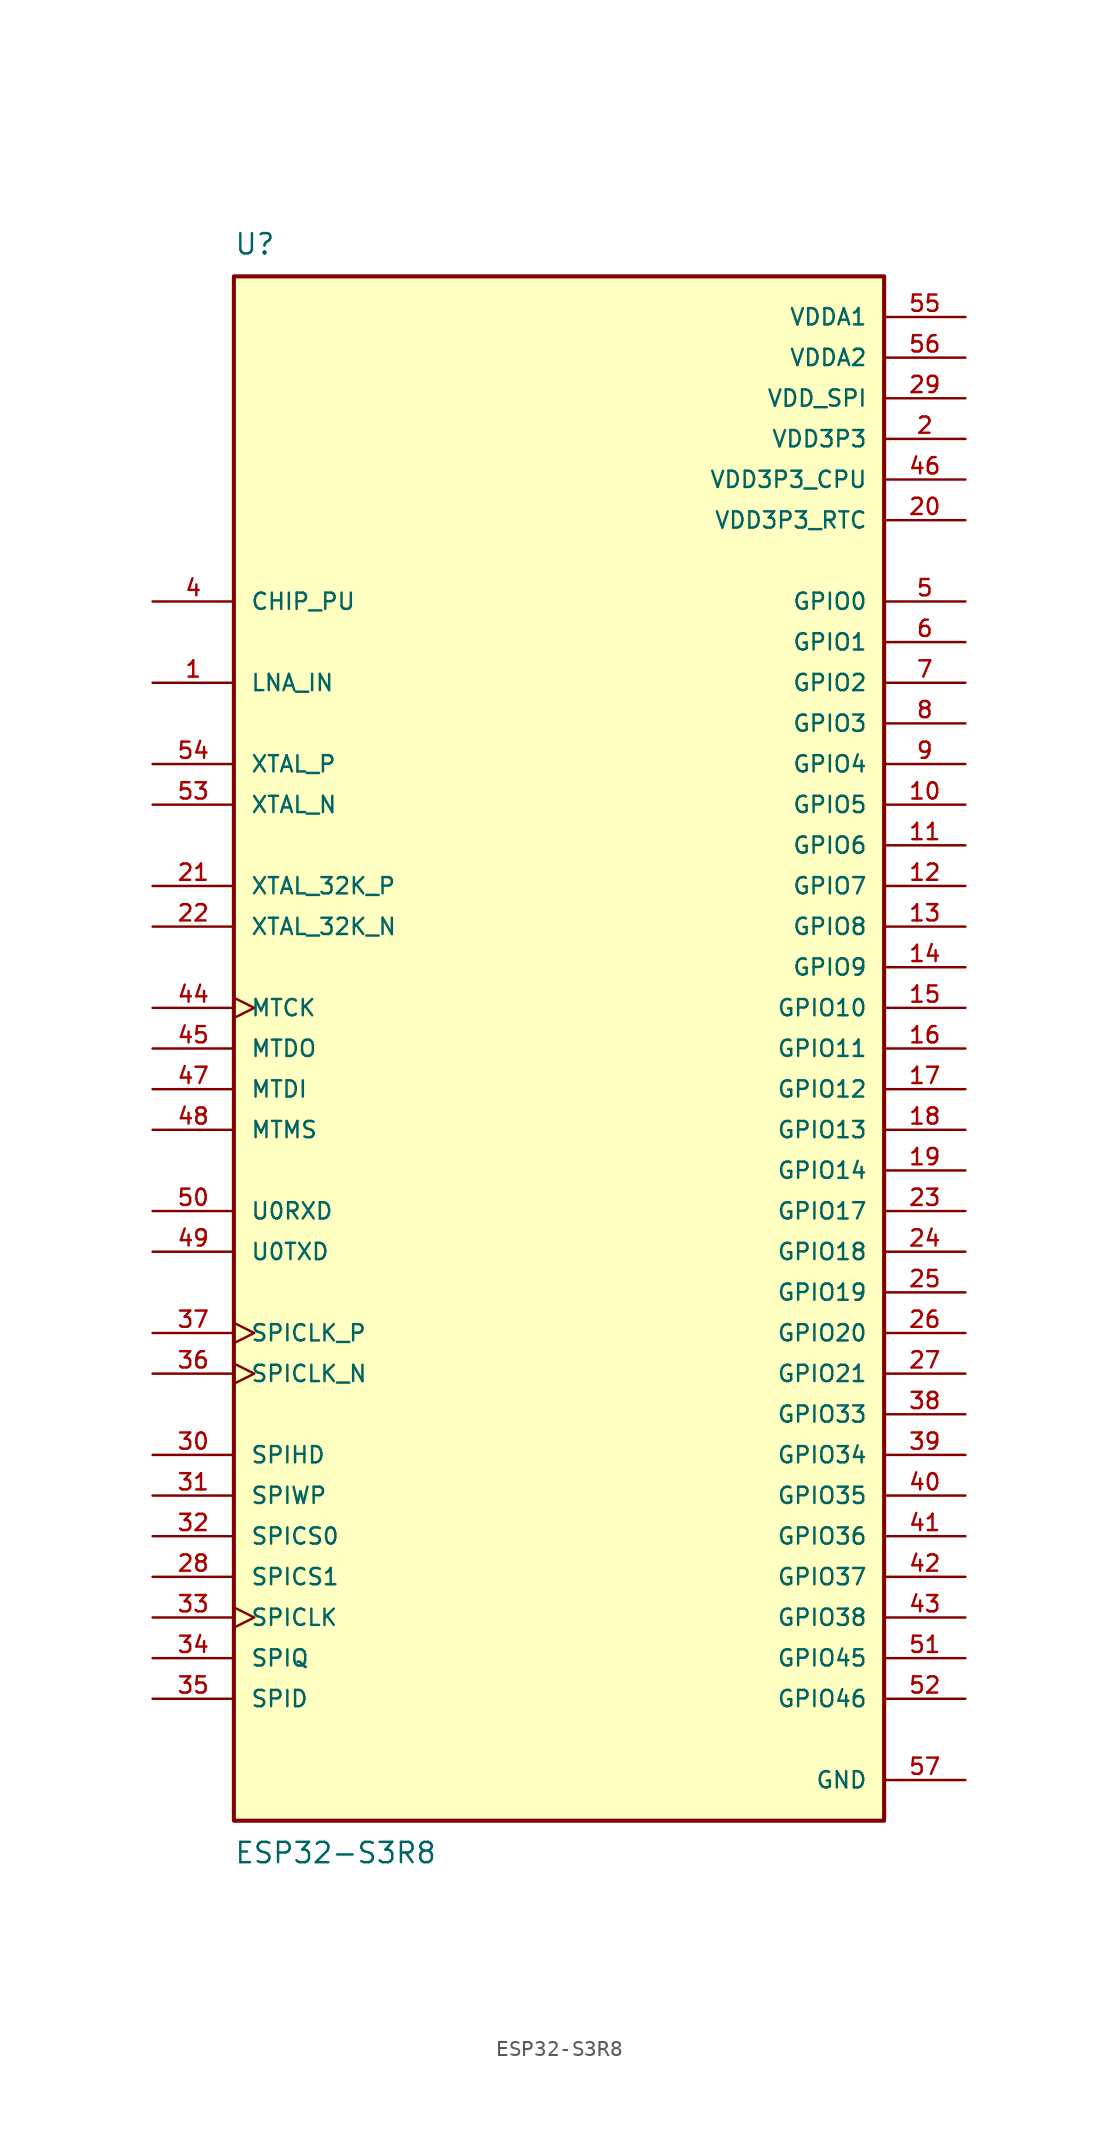
<source format=kicad_sym>
(kicad_symbol_lib
  (version 20211014)
  (generator kicad_symbol_editor)
  (symbol "ESP32-S3R8"
    (pin_names
      (offset 1.016))
    (property "Reference" "U"
      (at -20.32 49.53 0)
      (effects (font (size 1.27 1.27)) (justify bottom left)))
    (property "Value" "ESP32-S3R8"
      (at -20.32 -49.53 0)
      (effects (font (size 1.27 1.27)) (justify top left)))
    (symbol "ESP32-S3R8_0_0"
      (rectangle (start -20.32 -48.26) (end 20.32 48.26) (stroke (width 0.254)) (fill (type background)))
      (pin power_in line (at 25.4 40.64 180.0) (length 5.08) (name "VDD_SPI" (effects (font (size 1.016 1.016)))) (number "29" (effects (font (size 1.016 1.016)))))
      (pin power_in line (at 25.4 38.1 180.0) (length 5.08) (name "VDD3P3" (effects (font (size 1.016 1.016)))) (number "2" (effects (font (size 1.016 1.016)))))
      (pin power_in line (at 25.4 38.1 180.0) (length 5.08) hide (name "VDD3P3" (effects (font (size 1.016 1.016)))) (number "3" (effects (font (size 1.016 1.016)))))
      (pin power_in line (at 25.4 35.56 180.0) (length 5.08) (name "VDD3P3_CPU" (effects (font (size 1.016 1.016)))) (number "46" (effects (font (size 1.016 1.016)))))
      (pin power_in line (at 25.4 33.02 180.0) (length 5.08) (name "VDD3P3_RTC" (effects (font (size 1.016 1.016)))) (number "20" (effects (font (size 1.016 1.016)))))
      (pin power_in line (at 25.4 45.72 180.0) (length 5.08) (name "VDDA1" (effects (font (size 1.016 1.016)))) (number "55" (effects (font (size 1.016 1.016)))))
      (pin power_in line (at 25.4 43.18 180.0) (length 5.08) (name "VDDA2" (effects (font (size 1.016 1.016)))) (number "56" (effects (font (size 1.016 1.016)))))
      (pin input line (at -25.4 27.94 0) (length 5.08) (name "CHIP_PU" (effects (font (size 1.016 1.016)))) (number "4" (effects (font (size 1.016 1.016)))))
      (pin input line (at -25.4 17.78 0) (length 5.08) (name "XTAL_P" (effects (font (size 1.016 1.016)))) (number "54" (effects (font (size 1.016 1.016)))))
      (pin bidirectional line (at 25.4 27.94 180.0) (length 5.08) (name "GPIO0" (effects (font (size 1.016 1.016)))) (number "5" (effects (font (size 1.016 1.016)))))
      (pin bidirectional line (at 25.4 25.4 180.0) (length 5.08) (name "GPIO1" (effects (font (size 1.016 1.016)))) (number "6" (effects (font (size 1.016 1.016)))))
      (pin bidirectional line (at 25.4 2.54 180.0) (length 5.08) (name "GPIO10" (effects (font (size 1.016 1.016)))) (number "15" (effects (font (size 1.016 1.016)))))
      (pin bidirectional line (at 25.4 0.0 180.0) (length 5.08) (name "GPIO11" (effects (font (size 1.016 1.016)))) (number "16" (effects (font (size 1.016 1.016)))))
      (pin bidirectional line (at 25.4 -2.54 180.0) (length 5.08) (name "GPIO12" (effects (font (size 1.016 1.016)))) (number "17" (effects (font (size 1.016 1.016)))))
      (pin bidirectional line (at 25.4 -5.08 180.0) (length 5.08) (name "GPIO13" (effects (font (size 1.016 1.016)))) (number "18" (effects (font (size 1.016 1.016)))))
      (pin bidirectional line (at 25.4 -7.62 180.0) (length 5.08) (name "GPIO14" (effects (font (size 1.016 1.016)))) (number "19" (effects (font (size 1.016 1.016)))))
      (pin bidirectional line (at 25.4 -10.16 180.0) (length 5.08) (name "GPIO17" (effects (font (size 1.016 1.016)))) (number "23" (effects (font (size 1.016 1.016)))))
      (pin bidirectional line (at 25.4 -12.7 180.0) (length 5.08) (name "GPIO18" (effects (font (size 1.016 1.016)))) (number "24" (effects (font (size 1.016 1.016)))))
      (pin bidirectional line (at 25.4 -15.24 180.0) (length 5.08) (name "GPIO19" (effects (font (size 1.016 1.016)))) (number "25" (effects (font (size 1.016 1.016)))))
      (pin bidirectional line (at 25.4 22.86 180.0) (length 5.08) (name "GPIO2" (effects (font (size 1.016 1.016)))) (number "7" (effects (font (size 1.016 1.016)))))
      (pin bidirectional line (at 25.4 -17.78 180.0) (length 5.08) (name "GPIO20" (effects (font (size 1.016 1.016)))) (number "26" (effects (font (size 1.016 1.016)))))
      (pin bidirectional line (at 25.4 -20.32 180.0) (length 5.08) (name "GPIO21" (effects (font (size 1.016 1.016)))) (number "27" (effects (font (size 1.016 1.016)))))
      (pin bidirectional line (at 25.4 20.32 180.0) (length 5.08) (name "GPIO3" (effects (font (size 1.016 1.016)))) (number "8" (effects (font (size 1.016 1.016)))))
      (pin bidirectional line (at 25.4 -22.86 180.0) (length 5.08) (name "GPIO33" (effects (font (size 1.016 1.016)))) (number "38" (effects (font (size 1.016 1.016)))))
      (pin bidirectional line (at 25.4 -25.4 180.0) (length 5.08) (name "GPIO34" (effects (font (size 1.016 1.016)))) (number "39" (effects (font (size 1.016 1.016)))))
      (pin bidirectional line (at 25.4 -27.94 180.0) (length 5.08) (name "GPIO35" (effects (font (size 1.016 1.016)))) (number "40" (effects (font (size 1.016 1.016)))))
      (pin bidirectional line (at 25.4 -30.48 180.0) (length 5.08) (name "GPIO36" (effects (font (size 1.016 1.016)))) (number "41" (effects (font (size 1.016 1.016)))))
      (pin bidirectional line (at 25.4 -33.02 180.0) (length 5.08) (name "GPIO37" (effects (font (size 1.016 1.016)))) (number "42" (effects (font (size 1.016 1.016)))))
      (pin bidirectional line (at 25.4 -35.56 180.0) (length 5.08) (name "GPIO38" (effects (font (size 1.016 1.016)))) (number "43" (effects (font (size 1.016 1.016)))))
      (pin bidirectional line (at 25.4 17.78 180.0) (length 5.08) (name "GPIO4" (effects (font (size 1.016 1.016)))) (number "9" (effects (font (size 1.016 1.016)))))
      (pin bidirectional line (at 25.4 -38.1 180.0) (length 5.08) (name "GPIO45" (effects (font (size 1.016 1.016)))) (number "51" (effects (font (size 1.016 1.016)))))
      (pin bidirectional line (at 25.4 -40.64 180.0) (length 5.08) (name "GPIO46" (effects (font (size 1.016 1.016)))) (number "52" (effects (font (size 1.016 1.016)))))
      (pin output line (at -25.4 15.24 0) (length 5.08) (name "XTAL_N" (effects (font (size 1.016 1.016)))) (number "53" (effects (font (size 1.016 1.016)))))
      (pin bidirectional line (at 25.4 15.24 180.0) (length 5.08) (name "GPIO5" (effects (font (size 1.016 1.016)))) (number "10" (effects (font (size 1.016 1.016)))))
      (pin bidirectional line (at 25.4 12.7 180.0) (length 5.08) (name "GPIO6" (effects (font (size 1.016 1.016)))) (number "11" (effects (font (size 1.016 1.016)))))
      (pin bidirectional line (at 25.4 10.16 180.0) (length 5.08) (name "GPIO7" (effects (font (size 1.016 1.016)))) (number "12" (effects (font (size 1.016 1.016)))))
      (pin bidirectional line (at 25.4 7.62 180.0) (length 5.08) (name "GPIO8" (effects (font (size 1.016 1.016)))) (number "13" (effects (font (size 1.016 1.016)))))
      (pin bidirectional line (at 25.4 5.08 180.0) (length 5.08) (name "GPIO9" (effects (font (size 1.016 1.016)))) (number "14" (effects (font (size 1.016 1.016)))))
      (pin bidirectional line (at -25.4 22.86 0) (length 5.08) (name "LNA_IN" (effects (font (size 1.016 1.016)))) (number "1" (effects (font (size 1.016 1.016)))))
      (pin bidirectional clock (at -25.4 2.54 0) (length 5.08) (name "MTCK" (effects (font (size 1.016 1.016)))) (number "44" (effects (font (size 1.016 1.016)))))
      (pin bidirectional line (at -25.4 -2.54 0) (length 5.08) (name "MTDI" (effects (font (size 1.016 1.016)))) (number "47" (effects (font (size 1.016 1.016)))))
      (pin bidirectional line (at -25.4 0.0 0) (length 5.08) (name "MTDO" (effects (font (size 1.016 1.016)))) (number "45" (effects (font (size 1.016 1.016)))))
      (pin bidirectional line (at -25.4 -5.08 0) (length 5.08) (name "MTMS" (effects (font (size 1.016 1.016)))) (number "48" (effects (font (size 1.016 1.016)))))
      (pin bidirectional clock (at -25.4 -35.56 0) (length 5.08) (name "SPICLK" (effects (font (size 1.016 1.016)))) (number "33" (effects (font (size 1.016 1.016)))))
      (pin bidirectional clock (at -25.4 -20.32 0) (length 5.08) (name "SPICLK_N" (effects (font (size 1.016 1.016)))) (number "36" (effects (font (size 1.016 1.016)))))
      (pin bidirectional clock (at -25.4 -17.78 0) (length 5.08) (name "SPICLK_P" (effects (font (size 1.016 1.016)))) (number "37" (effects (font (size 1.016 1.016)))))
      (pin bidirectional line (at -25.4 -30.48 0) (length 5.08) (name "SPICS0" (effects (font (size 1.016 1.016)))) (number "32" (effects (font (size 1.016 1.016)))))
      (pin bidirectional line (at -25.4 -33.02 0) (length 5.08) (name "SPICS1" (effects (font (size 1.016 1.016)))) (number "28" (effects (font (size 1.016 1.016)))))
      (pin bidirectional line (at -25.4 -40.64 0) (length 5.08) (name "SPID" (effects (font (size 1.016 1.016)))) (number "35" (effects (font (size 1.016 1.016)))))
      (pin bidirectional line (at -25.4 -25.4 0) (length 5.08) (name "SPIHD" (effects (font (size 1.016 1.016)))) (number "30" (effects (font (size 1.016 1.016)))))
      (pin bidirectional line (at -25.4 -38.1 0) (length 5.08) (name "SPIQ" (effects (font (size 1.016 1.016)))) (number "34" (effects (font (size 1.016 1.016)))))
      (pin bidirectional line (at -25.4 -27.94 0) (length 5.08) (name "SPIWP" (effects (font (size 1.016 1.016)))) (number "31" (effects (font (size 1.016 1.016)))))
      (pin bidirectional line (at -25.4 -10.16 0) (length 5.08) (name "U0RXD" (effects (font (size 1.016 1.016)))) (number "50" (effects (font (size 1.016 1.016)))))
      (pin bidirectional line (at -25.4 -12.7 0) (length 5.08) (name "U0TXD" (effects (font (size 1.016 1.016)))) (number "49" (effects (font (size 1.016 1.016)))))
      (pin bidirectional line (at -25.4 7.62 0) (length 5.08) (name "XTAL_32K_N" (effects (font (size 1.016 1.016)))) (number "22" (effects (font (size 1.016 1.016)))))
      (pin bidirectional line (at -25.4 10.16 0) (length 5.08) (name "XTAL_32K_P" (effects (font (size 1.016 1.016)))) (number "21" (effects (font (size 1.016 1.016)))))
      (pin power_in line (at 25.4 -45.72 180.0) (length 5.08) (name "GND" (effects (font (size 1.016 1.016)))) (number "57" (effects (font (size 1.016 1.016))))))))
</source>
